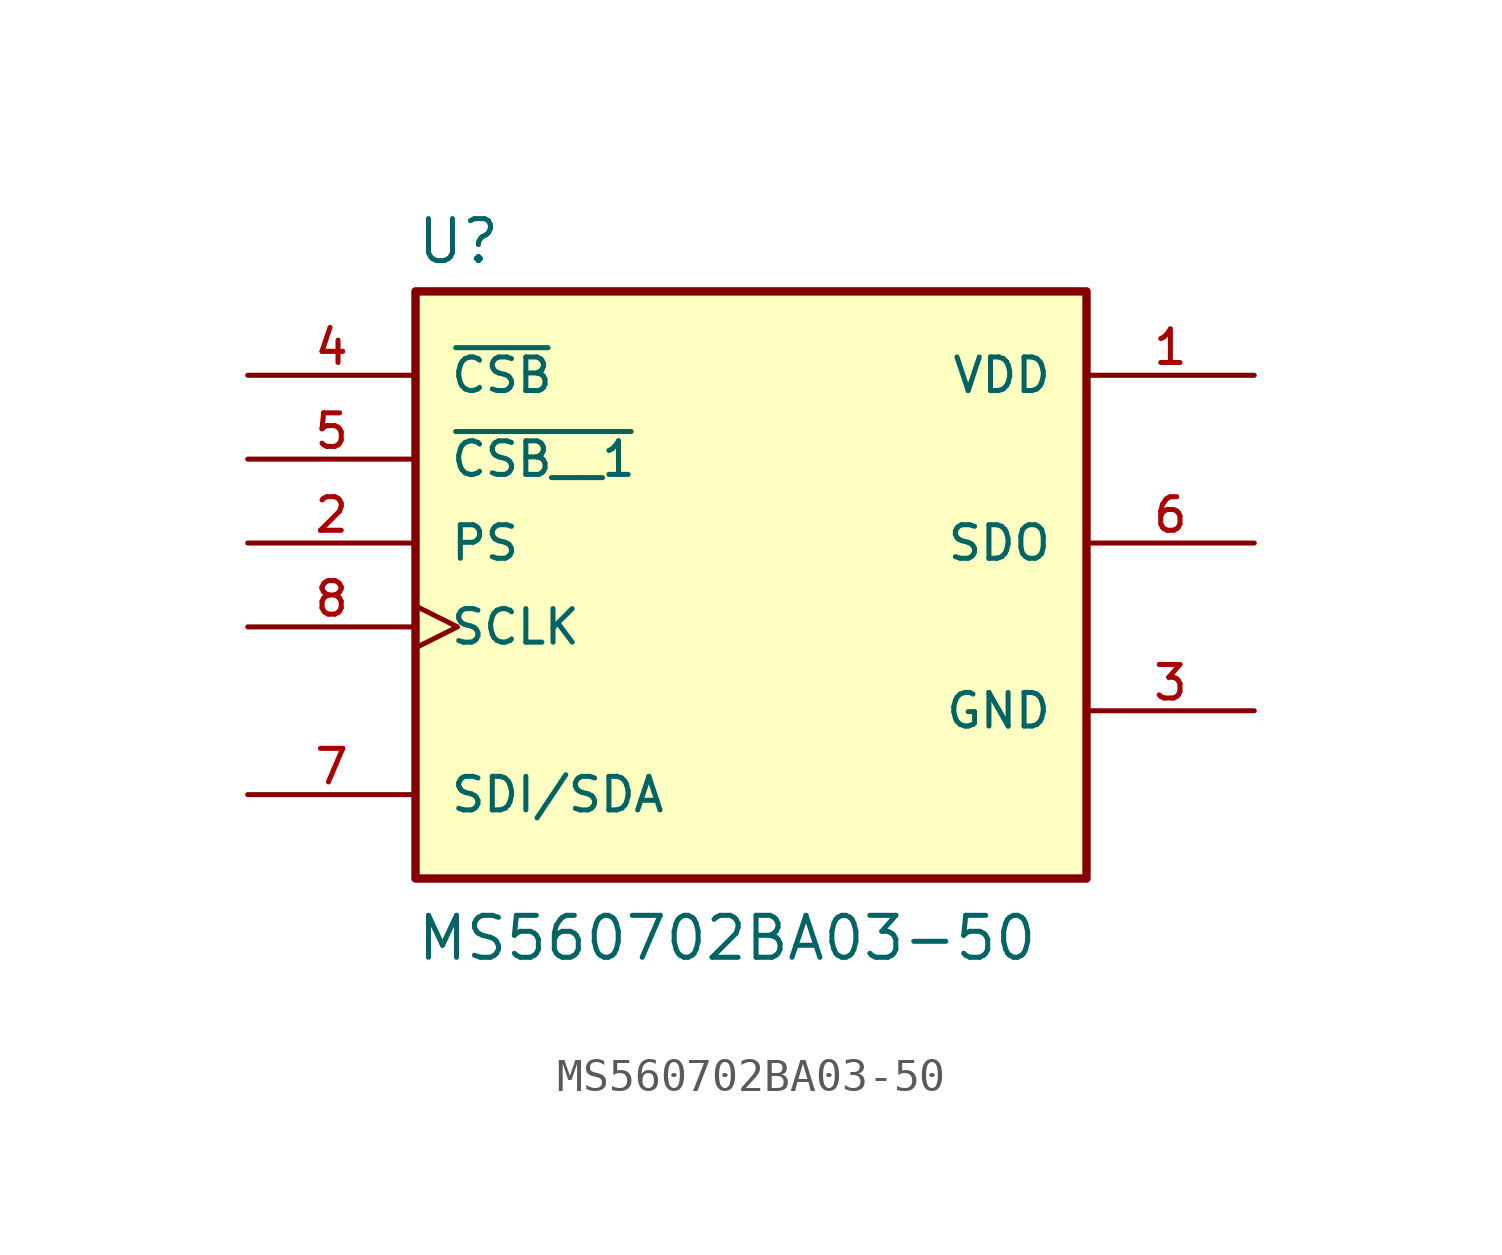
<source format=kicad_sym>
(kicad_symbol_lib
  (version 20211014)
  (generator kicad_symbol_editor)
  (symbol "MS560702BA03-50"
    (pin_names
      (offset 1.016))
    (property "Reference" "U"
      (at -10.169 8.39 0)
      (effects (font (size 1.27 1.27)) (justify bottom left)))
    (property "Value" "MS560702BA03-50"
      (at -10.168 -12.708 0)
      (effects (font (size 1.27 1.27)) (justify bottom left)))
    (symbol "MS560702BA03-50_0_0"
      (rectangle (start -10.16 -10.16) (end 10.16 7.62) (stroke (width 0.254)) (fill (type background)))
      (pin power_in line (at 15.24 5.08 180.0) (length 5.08) (name "VDD" (effects (font (size 1.016 1.016)))) (number "1" (effects (font (size 1.016 1.016)))))
      (pin power_in line (at 15.24 -5.08 180.0) (length 5.08) (name "GND" (effects (font (size 1.016 1.016)))) (number "3" (effects (font (size 1.016 1.016)))))
      (pin input line (at -15.24 0.0 0) (length 5.08) (name "PS" (effects (font (size 1.016 1.016)))) (number "2" (effects (font (size 1.016 1.016)))))
      (pin input line (at -15.24 5.08 0) (length 5.08) (name "~{CSB}" (effects (font (size 1.016 1.016)))) (number "4" (effects (font (size 1.016 1.016)))))
      (pin output line (at 15.24 0.0 180.0) (length 5.08) (name "SDO" (effects (font (size 1.016 1.016)))) (number "6" (effects (font (size 1.016 1.016)))))
      (pin bidirectional line (at -15.24 -7.62 0) (length 5.08) (name "SDI/SDA" (effects (font (size 1.016 1.016)))) (number "7" (effects (font (size 1.016 1.016)))))
      (pin input clock (at -15.24 -2.54 0) (length 5.08) (name "SCLK" (effects (font (size 1.016 1.016)))) (number "8" (effects (font (size 1.016 1.016)))))
      (pin input line (at -15.24 2.54 0) (length 5.08) (name "~{CSB__1}" (effects (font (size 1.016 1.016)))) (number "5" (effects (font (size 1.016 1.016))))))))
</source>
